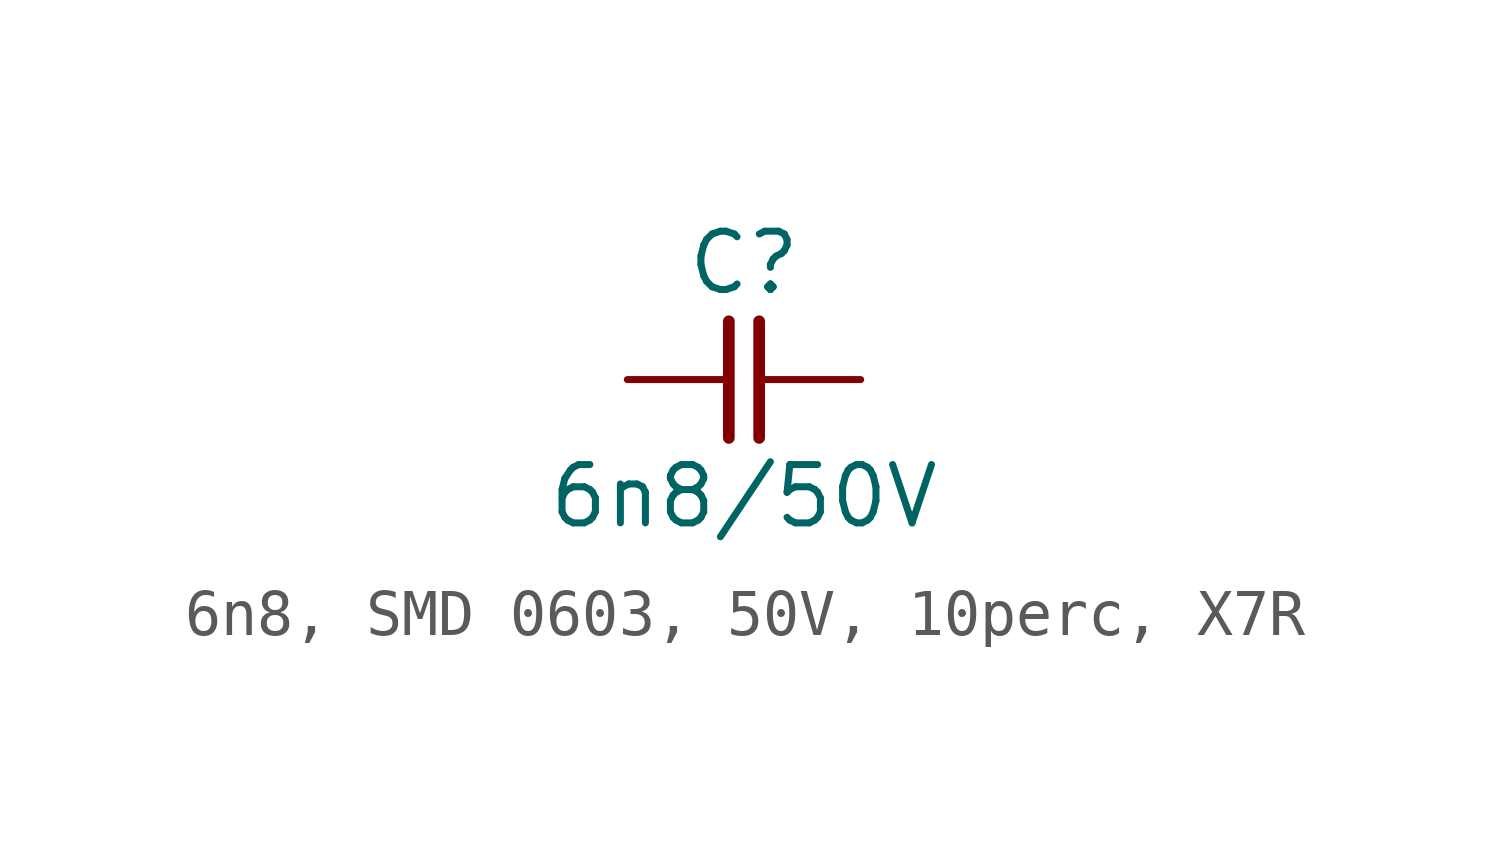
<source format=kicad_sym>
(kicad_symbol_lib
  (version 20231120)
  (generator "kicad_symbol_editor")
  (generator_version "8.0")
  (symbol "6n8, SMD 0603, 50V, 10perc, X7R"
    (pin_numbers hide)
    (pin_names
      (offset 0) hide)
    (property "Reference" "C"
      (at 0 2.54 0)
      (effects (font (size 1.27 1.27))))
    (property "Value" "6n8/50V"
      (at 0 -2.54 0)
      (effects (font (size 1.27 1.27))))
    (symbol "6n8, SMD 0603, 50V, 10perc, X7R_0_1"
      (polyline (pts (xy -0.33 1.27) (xy -0.33 -1.27)) (stroke (width 0.254) (type default)) (fill (type none)))
      (polyline (pts (xy 0.33 1.27) (xy 0.33 -1.27)) (stroke (width 0.254) (type default)) (fill (type none))))
    (symbol "6n8, SMD 0603, 50V, 10perc, X7R_1_1"
      (pin passive line (at -2.54 0 0) (length 2.21) (name "1" (effects (font (size 1.27 1.27)))) (number "1" (effects (font (size 1.27 1.27)))))
      (pin passive line (at 2.54 0 180) (length 2.21) (name "2" (effects (font (size 1.27 1.27)))) (number "2" (effects (font (size 1.27 1.27))))))))
</source>
